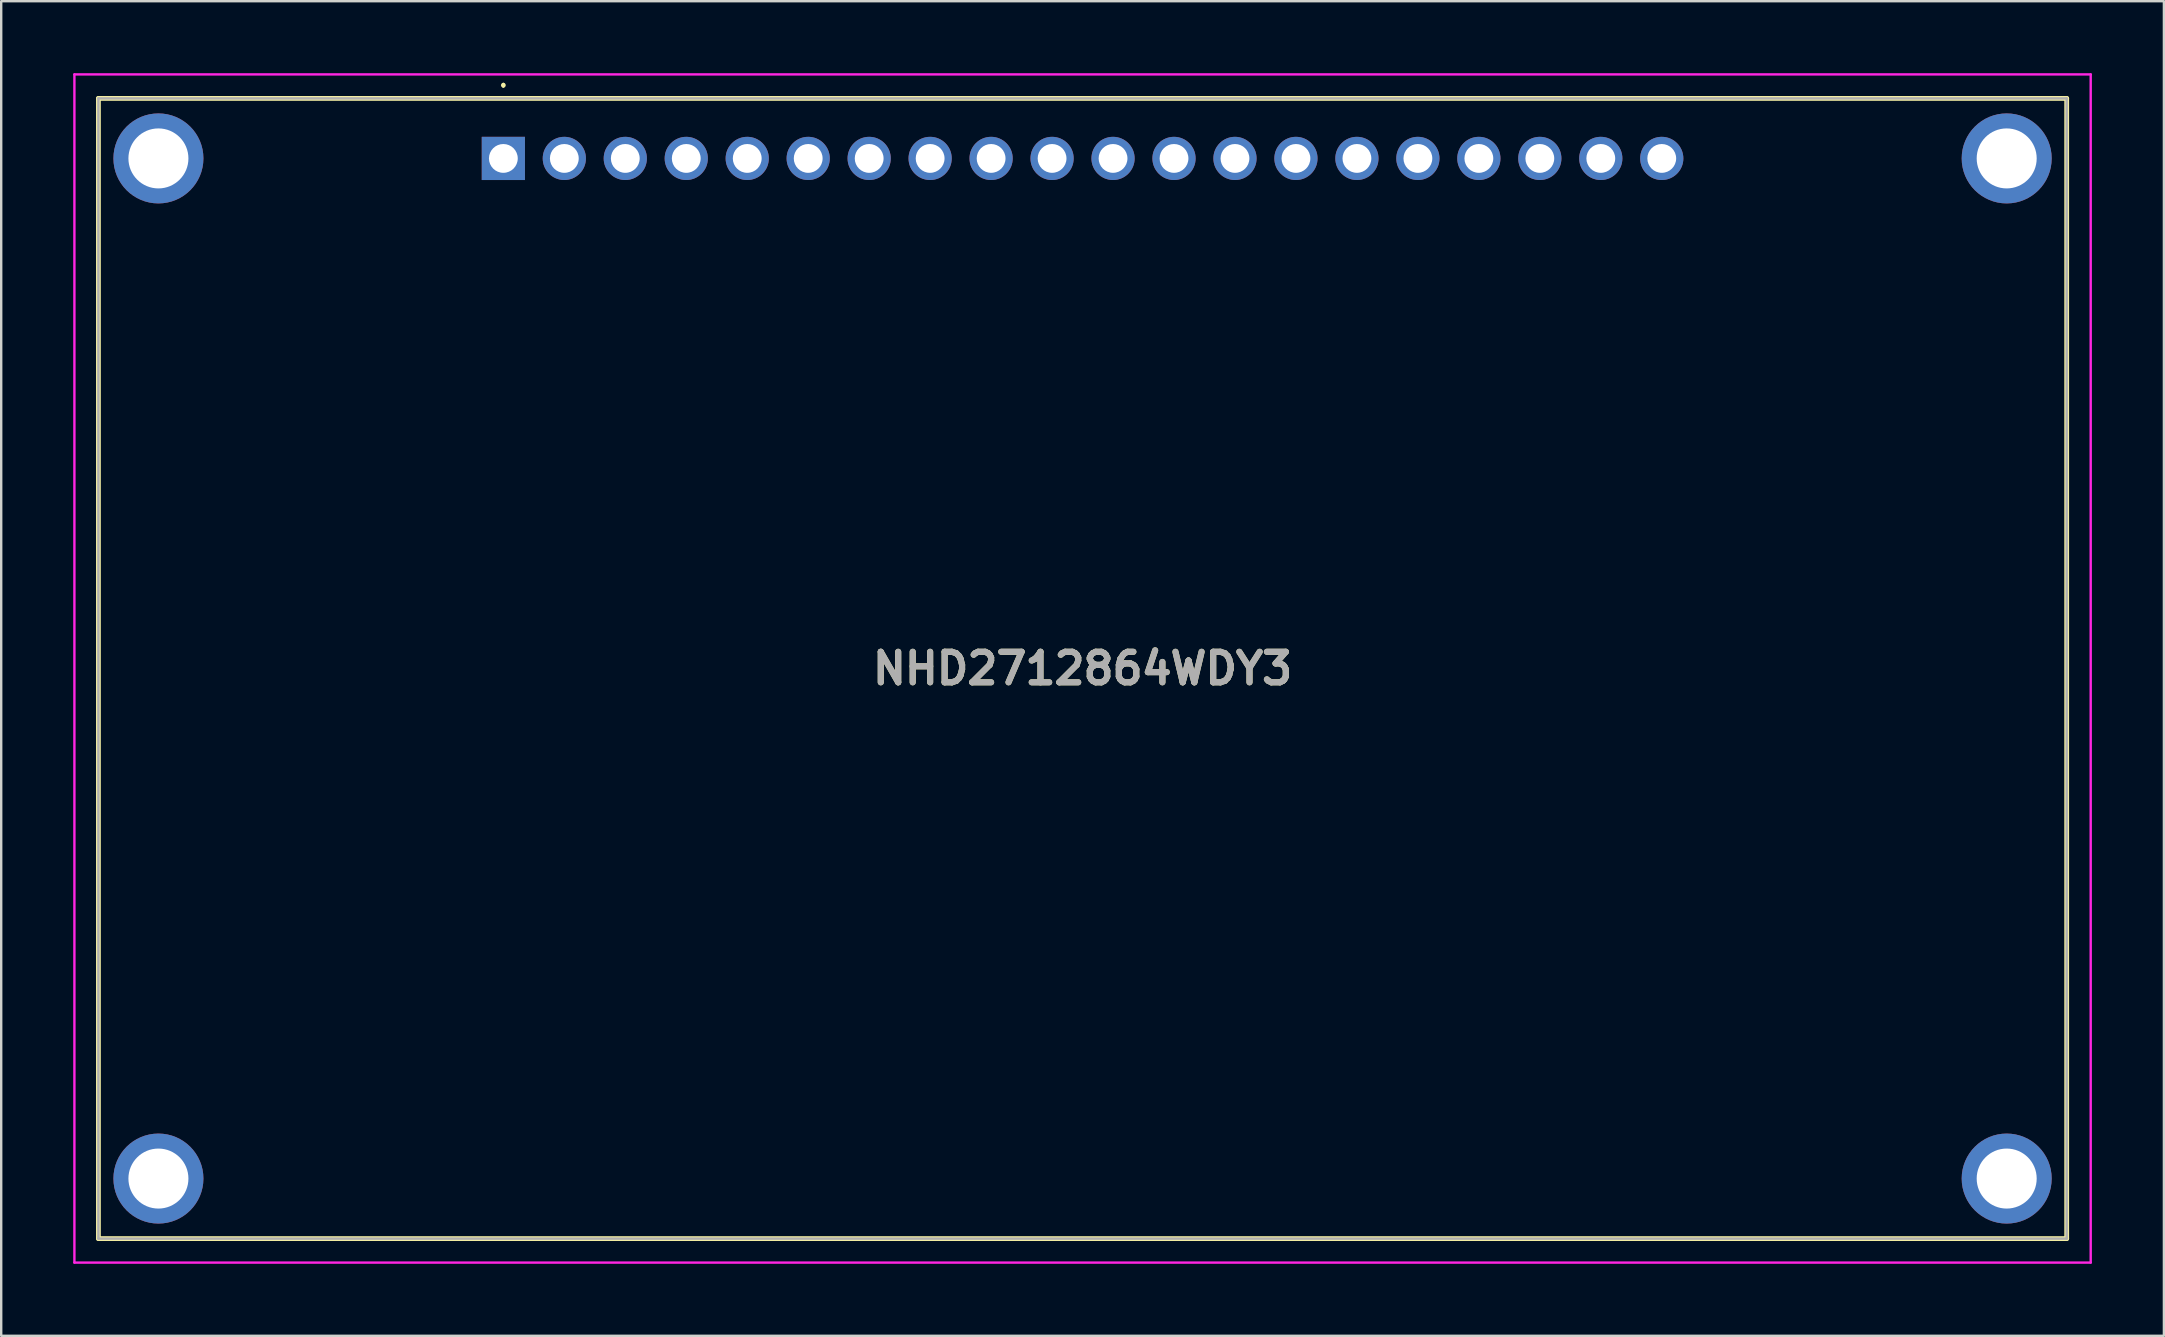
<source format=kicad_pcb>
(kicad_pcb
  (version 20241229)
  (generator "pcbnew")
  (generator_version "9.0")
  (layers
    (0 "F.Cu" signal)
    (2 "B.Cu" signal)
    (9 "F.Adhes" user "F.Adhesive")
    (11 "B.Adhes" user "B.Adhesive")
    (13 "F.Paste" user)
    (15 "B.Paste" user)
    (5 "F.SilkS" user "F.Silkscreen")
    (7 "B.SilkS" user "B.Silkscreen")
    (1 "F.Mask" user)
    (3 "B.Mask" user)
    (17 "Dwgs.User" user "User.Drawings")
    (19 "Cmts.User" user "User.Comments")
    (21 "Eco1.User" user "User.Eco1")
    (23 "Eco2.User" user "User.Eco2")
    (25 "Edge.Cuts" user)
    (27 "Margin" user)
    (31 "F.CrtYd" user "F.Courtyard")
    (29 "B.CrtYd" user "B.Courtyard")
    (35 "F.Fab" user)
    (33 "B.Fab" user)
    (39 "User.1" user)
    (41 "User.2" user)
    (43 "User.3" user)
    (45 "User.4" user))
  (footprint "NHD2712864WDY3"
    (layer "F.Cu")
    (at 17.92 3.55)
    (property "Reference" "NHD2712864WDY3" (at 24.13 21.25 0) (layer "F.SilkS") (effects (font (size 1.27 1.27) (thickness 0.254))))
    (attr through_hole)
    (fp_line (start -16.87 -2.5) (end 65.13 -2.5) (stroke (width 0.2) (type solid)) (layer "F.SilkS"))
    (fp_line (start -16.87 45) (end -16.87 -2.5) (stroke (width 0.2) (type solid)) (layer "F.SilkS"))
    (fp_line (start 0 -3.1) (end 0 -3.1) (stroke (width 0.1) (type solid)) (layer "F.SilkS"))
    (fp_line (start 0 -3) (end 0 -3) (stroke (width 0.1) (type solid)) (layer "F.SilkS"))
    (fp_line (start 65.13 -2.5) (end 65.13 45) (stroke (width 0.2) (type solid)) (layer "F.SilkS"))
    (fp_line (start 65.13 45) (end -16.87 45) (stroke (width 0.2) (type solid)) (layer "F.SilkS"))
    (fp_arc (start 0 -3.1) (mid 0.05 -3.05) (end 0 -3) (stroke (width 0.1) (type solid)) (layer "F.SilkS"))
    (fp_arc (start 0 -3) (mid -0.05 -3.05) (end 0 -3.1) (stroke (width 0.1) (type solid)) (layer "F.SilkS"))
    (fp_line (start -17.87 -3.5) (end 66.13 -3.5) (stroke (width 0.1) (type solid)) (layer "F.CrtYd"))
    (fp_line (start -17.87 46) (end -17.87 -3.5) (stroke (width 0.1) (type solid)) (layer "F.CrtYd"))
    (fp_line (start 66.13 -3.5) (end 66.13 46) (stroke (width 0.1) (type solid)) (layer "F.CrtYd"))
    (fp_line (start 66.13 46) (end -17.87 46) (stroke (width 0.1) (type solid)) (layer "F.CrtYd"))
    (fp_line (start -16.87 -2.5) (end 65.13 -2.5) (stroke (width 0.1) (type solid)) (layer "F.Fab"))
    (fp_line (start -16.87 45) (end -16.87 -2.5) (stroke (width 0.1) (type solid)) (layer "F.Fab"))
    (fp_line (start 65.13 -2.5) (end 65.13 45) (stroke (width 0.1) (type solid)) (layer "F.Fab"))
    (fp_line (start 65.13 45) (end -16.87 45) (stroke (width 0.1) (type solid)) (layer "F.Fab"))
    (fp_text user "${REFERENCE}" (at 24.13 21.25 0) (layer "F.Fab") (effects (font (size 1.27 1.27) (thickness 0.254))))
    (pad "1" thru_hole rect (at 0 0) (size 1.8 1.8) (drill 1.2) (layers "*.Cu" "*.Mask"))
    (pad "2" thru_hole circle (at 2.54 0) (size 1.8 1.8) (drill 1.2) (layers "*.Cu" "*.Mask"))
    (pad "3" thru_hole circle (at 5.08 0) (size 1.8 1.8) (drill 1.2) (layers "*.Cu" "*.Mask"))
    (pad "4" thru_hole circle (at 7.62 0) (size 1.8 1.8) (drill 1.2) (layers "*.Cu" "*.Mask"))
    (pad "5" thru_hole circle (at 10.16 0) (size 1.8 1.8) (drill 1.2) (layers "*.Cu" "*.Mask"))
    (pad "6" thru_hole circle (at 12.7 0) (size 1.8 1.8) (drill 1.2) (layers "*.Cu" "*.Mask"))
    (pad "7" thru_hole circle (at 15.24 0) (size 1.8 1.8) (drill 1.2) (layers "*.Cu" "*.Mask"))
    (pad "8" thru_hole circle (at 17.78 0) (size 1.8 1.8) (drill 1.2) (layers "*.Cu" "*.Mask"))
    (pad "9" thru_hole circle (at 20.32 0) (size 1.8 1.8) (drill 1.2) (layers "*.Cu" "*.Mask"))
    (pad "10" thru_hole circle (at 22.86 0) (size 1.8 1.8) (drill 1.2) (layers "*.Cu" "*.Mask"))
    (pad "11" thru_hole circle (at 25.4 0) (size 1.8 1.8) (drill 1.2) (layers "*.Cu" "*.Mask"))
    (pad "12" thru_hole circle (at 27.94 0) (size 1.8 1.8) (drill 1.2) (layers "*.Cu" "*.Mask"))
    (pad "13" thru_hole circle (at 30.48 0) (size 1.8 1.8) (drill 1.2) (layers "*.Cu" "*.Mask"))
    (pad "14" thru_hole circle (at 33.02 0) (size 1.8 1.8) (drill 1.2) (layers "*.Cu" "*.Mask"))
    (pad "15" thru_hole circle (at 35.56 0) (size 1.8 1.8) (drill 1.2) (layers "*.Cu" "*.Mask"))
    (pad "16" thru_hole circle (at 38.1 0) (size 1.8 1.8) (drill 1.2) (layers "*.Cu" "*.Mask"))
    (pad "17" thru_hole circle (at 40.64 0) (size 1.8 1.8) (drill 1.2) (layers "*.Cu" "*.Mask"))
    (pad "18" thru_hole circle (at 43.18 0) (size 1.8 1.8) (drill 1.2) (layers "*.Cu" "*.Mask"))
    (pad "19" thru_hole circle (at 45.72 0) (size 1.8 1.8) (drill 1.2) (layers "*.Cu" "*.Mask"))
    (pad "20" thru_hole circle (at 48.26 0) (size 1.8 1.8) (drill 1.2) (layers "*.Cu" "*.Mask"))
    (pad "MH1" thru_hole circle (at -14.37 0) (size 3.75 3.75) (drill 2.5) (layers "*.Cu" "*.Mask"))
    (pad "MH2" thru_hole circle (at 62.63 0) (size 3.75 3.75) (drill 2.5) (layers "*.Cu" "*.Mask"))
    (pad "MH3" thru_hole circle (at -14.37 42.5) (size 3.75 3.75) (drill 2.5) (layers "*.Cu" "*.Mask"))
    (pad "MH4" thru_hole circle (at 62.63 42.5) (size 3.75 3.75) (drill 2.5) (layers "*.Cu" "*.Mask")))
  (gr_rect
    (start -3 -3)
    (end 87.1 52.6)
    (stroke (width 0.1) (type default))
    (fill no)
    (layer "Edge.Cuts")))
</source>
